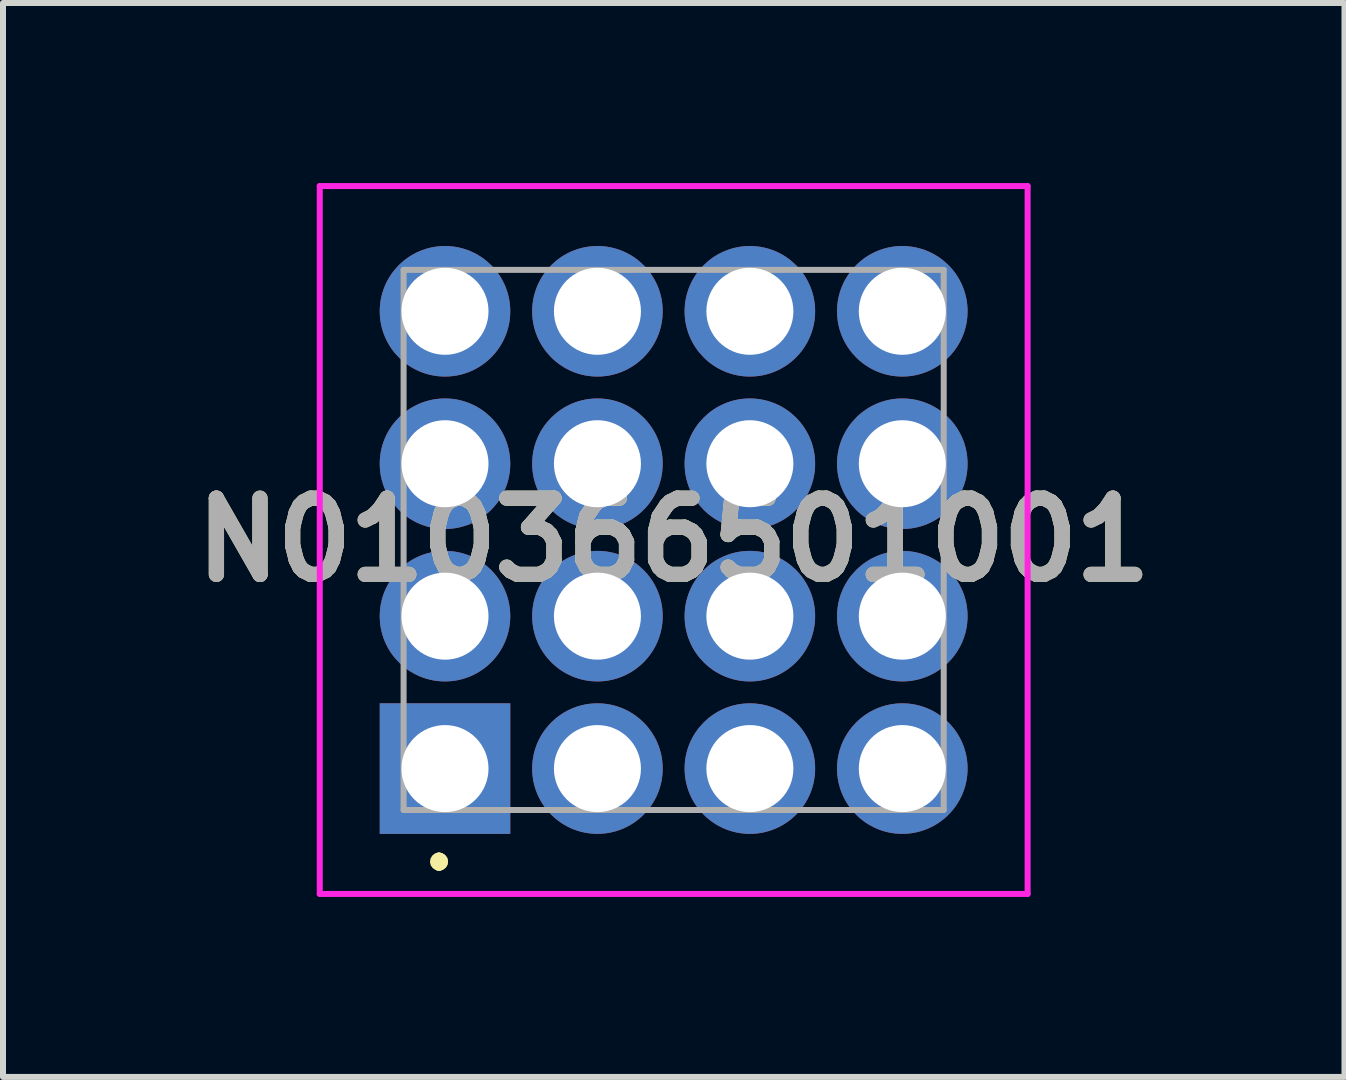
<source format=kicad_pcb>
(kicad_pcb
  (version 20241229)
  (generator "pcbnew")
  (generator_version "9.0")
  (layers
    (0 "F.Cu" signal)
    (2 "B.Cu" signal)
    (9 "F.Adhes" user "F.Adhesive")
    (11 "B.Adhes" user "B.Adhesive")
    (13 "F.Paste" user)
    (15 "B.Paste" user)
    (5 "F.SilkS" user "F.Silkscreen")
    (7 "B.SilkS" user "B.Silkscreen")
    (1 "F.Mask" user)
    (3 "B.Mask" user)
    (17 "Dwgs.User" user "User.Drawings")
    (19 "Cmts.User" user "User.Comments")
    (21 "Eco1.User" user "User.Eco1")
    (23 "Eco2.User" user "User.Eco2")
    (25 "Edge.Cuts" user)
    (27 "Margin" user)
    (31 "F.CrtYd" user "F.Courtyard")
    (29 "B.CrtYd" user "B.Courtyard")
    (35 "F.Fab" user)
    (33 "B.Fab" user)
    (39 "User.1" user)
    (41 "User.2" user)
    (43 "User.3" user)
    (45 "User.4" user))
  (footprint "N010366501001"
    (layer "F.Cu")
    (at 4.365 9.757)
    (property "Reference" "N010366501001" (at 3.811 -3.81 0) (layer "F.SilkS") (effects (font (size 1.27 1.27) (thickness 0.254))))
    (attr through_hole)
    (fp_line (start -0.1 1.5) (end -0.1 1.5) (stroke (width 0.2) (type solid)) (layer "F.SilkS"))
    (fp_line (start -0.1 1.6) (end -0.1 1.6) (stroke (width 0.2) (type solid)) (layer "F.SilkS"))
    (fp_line (start -0.1 1.6) (end -0.1 1.6) (stroke (width 0.2) (type solid)) (layer "F.SilkS"))
    (fp_arc (start -0.1 1.5) (mid -0.05 1.55) (end -0.1 1.6) (stroke (width 0.2) (type solid)) (layer "F.SilkS"))
    (fp_arc (start -0.1 1.5) (mid -0.05 1.55) (end -0.1 1.6) (stroke (width 0.2) (type solid)) (layer "F.SilkS"))
    (fp_arc (start -0.1 1.6) (mid -0.15 1.55) (end -0.1 1.5) (stroke (width 0.2) (type solid)) (layer "F.SilkS"))
    (fp_line (start -2.087 -9.707) (end 9.708 -9.707) (stroke (width 0.1) (type solid)) (layer "F.CrtYd"))
    (fp_line (start -2.087 2.088) (end -2.087 -9.707) (stroke (width 0.1) (type solid)) (layer "F.CrtYd"))
    (fp_line (start 9.708 -9.707) (end 9.708 2.088) (stroke (width 0.1) (type solid)) (layer "F.CrtYd"))
    (fp_line (start 9.708 2.088) (end -2.087 2.088) (stroke (width 0.1) (type solid)) (layer "F.CrtYd"))
    (fp_line (start -0.69 -8.31) (end -0.69 0.69) (stroke (width 0.1) (type solid)) (layer "F.Fab"))
    (fp_line (start -0.69 0.69) (end 8.31 0.69) (stroke (width 0.1) (type solid)) (layer "F.Fab"))
    (fp_line (start 8.31 -8.31) (end -0.69 -8.31) (stroke (width 0.1) (type solid)) (layer "F.Fab"))
    (fp_line (start 8.31 0.69) (end 8.31 -8.31) (stroke (width 0.1) (type solid)) (layer "F.Fab"))
    (fp_text user "${REFERENCE}" (at 3.811 -3.81 0) (layer "F.Fab") (effects (font (size 1.27 1.27) (thickness 0.254))))
    (pad "1" thru_hole rect (at 0 0) (size 2.175 2.175) (drill 1.45) (layers "*.Cu" "*.Mask"))
    (pad "2" thru_hole circle (at 2.54 0) (size 2.175 2.175) (drill 1.45) (layers "*.Cu" "*.Mask"))
    (pad "3" thru_hole circle (at 5.08 0) (size 2.175 2.175) (drill 1.45) (layers "*.Cu" "*.Mask"))
    (pad "4" thru_hole circle (at 7.62 0) (size 2.175 2.175) (drill 1.45) (layers "*.Cu" "*.Mask"))
    (pad "5" thru_hole circle (at 0 -2.54) (size 2.175 2.175) (drill 1.45) (layers "*.Cu" "*.Mask"))
    (pad "6" thru_hole circle (at 2.54 -2.54) (size 2.175 2.175) (drill 1.45) (layers "*.Cu" "*.Mask"))
    (pad "7" thru_hole circle (at 5.08 -2.54) (size 2.175 2.175) (drill 1.45) (layers "*.Cu" "*.Mask"))
    (pad "8" thru_hole circle (at 7.62 -2.54) (size 2.175 2.175) (drill 1.45) (layers "*.Cu" "*.Mask"))
    (pad "9" thru_hole circle (at 0 -5.08) (size 2.175 2.175) (drill 1.45) (layers "*.Cu" "*.Mask"))
    (pad "10" thru_hole circle (at 2.54 -5.08) (size 2.175 2.175) (drill 1.45) (layers "*.Cu" "*.Mask"))
    (pad "11" thru_hole circle (at 5.08 -5.08) (size 2.175 2.175) (drill 1.45) (layers "*.Cu" "*.Mask"))
    (pad "12" thru_hole circle (at 7.62 -5.08) (size 2.175 2.175) (drill 1.45) (layers "*.Cu" "*.Mask"))
    (pad "13" thru_hole circle (at 0 -7.62) (size 2.175 2.175) (drill 1.45) (layers "*.Cu" "*.Mask"))
    (pad "14" thru_hole circle (at 2.54 -7.62) (size 2.175 2.175) (drill 1.45) (layers "*.Cu" "*.Mask"))
    (pad "15" thru_hole circle (at 5.08 -7.62) (size 2.175 2.175) (drill 1.45) (layers "*.Cu" "*.Mask"))
    (pad "16" thru_hole circle (at 7.62 -7.62) (size 2.175 2.175) (drill 1.45) (layers "*.Cu" "*.Mask")))
  (gr_rect
    (start -3 -3)
    (end 19.353 14.895)
    (stroke (width 0.1) (type default))
    (fill no)
    (layer "Edge.Cuts")))
</source>
